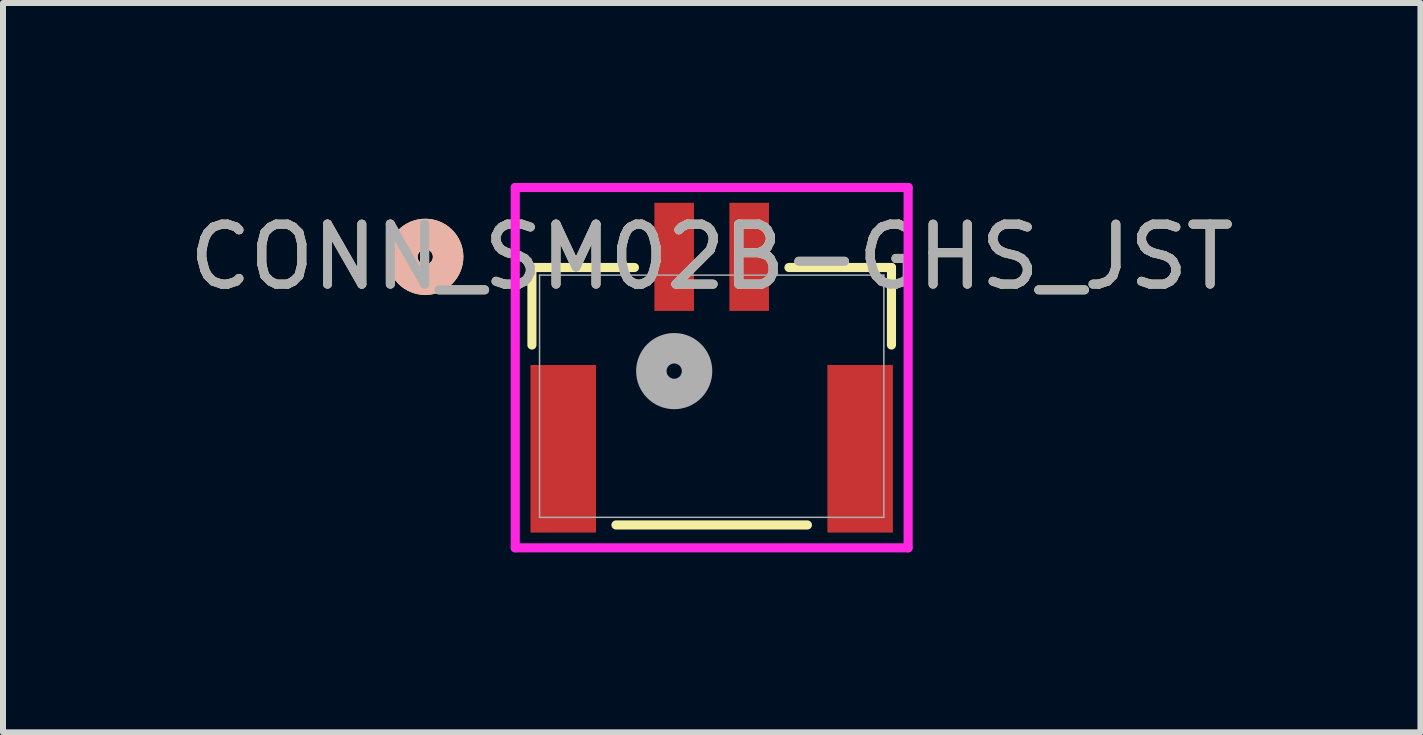
<source format=kicad_pcb>
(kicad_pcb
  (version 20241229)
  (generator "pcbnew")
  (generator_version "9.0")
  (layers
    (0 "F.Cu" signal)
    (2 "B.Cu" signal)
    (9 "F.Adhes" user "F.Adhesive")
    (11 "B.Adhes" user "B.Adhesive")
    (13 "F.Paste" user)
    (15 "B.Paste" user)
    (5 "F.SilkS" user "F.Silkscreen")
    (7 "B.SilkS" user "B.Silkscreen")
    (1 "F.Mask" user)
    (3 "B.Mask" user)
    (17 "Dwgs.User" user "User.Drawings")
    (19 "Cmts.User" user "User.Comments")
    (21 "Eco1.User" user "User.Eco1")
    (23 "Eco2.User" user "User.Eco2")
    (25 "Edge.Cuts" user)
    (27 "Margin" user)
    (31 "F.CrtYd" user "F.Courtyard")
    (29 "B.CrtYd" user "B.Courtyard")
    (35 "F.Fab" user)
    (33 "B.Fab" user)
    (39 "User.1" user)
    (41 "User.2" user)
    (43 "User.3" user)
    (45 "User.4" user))
  (footprint "CONN_SM02B-GHS_JST"
    (layer "F.Cu")
    (at 8.815 3.556)
    (property "Reference" "CONN_SM02B-GHS_JST" (at 0 -2.324 0) (unlocked yes) (layer "F.SilkS") (effects (font (size 1 1) (thickness 0.15))))
    (attr smd)
    (fp_line (start -2.997 -2.146) (end -2.997 -0.854) (stroke (width 0.152) (type solid)) (layer "F.SilkS"))
    (fp_line (start -1.596 2.146) (end 1.596 2.146) (stroke (width 0.152) (type solid)) (layer "F.SilkS"))
    (fp_line (start -1.288 -2.146) (end -2.997 -2.146) (stroke (width 0.152) (type solid)) (layer "F.SilkS"))
    (fp_line (start 2.997 -2.146) (end 1.288 -2.146) (stroke (width 0.152) (type solid)) (layer "F.SilkS"))
    (fp_line (start 2.997 -0.854) (end 2.997 -2.146) (stroke (width 0.152) (type solid)) (layer "F.SilkS"))
    (fp_circle (center -4.775 -2.324) (end -4.394 -2.324) (stroke (width 0.508) (type solid)) (fill no) (layer "F.SilkS"))
    (fp_circle (center -4.775 -2.324) (end -4.394 -2.324) (stroke (width 0.508) (type solid)) (fill no) (layer "B.SilkS"))
    (fp_line (start -3.275 -3.48) (end -3.275 2.527) (stroke (width 0.152) (type solid)) (layer "F.CrtYd"))
    (fp_line (start -3.275 2.527) (end 3.275 2.527) (stroke (width 0.152) (type solid)) (layer "F.CrtYd"))
    (fp_line (start 3.275 -3.48) (end -3.275 -3.48) (stroke (width 0.152) (type solid)) (layer "F.CrtYd"))
    (fp_line (start 3.275 2.527) (end 3.275 -3.48) (stroke (width 0.152) (type solid)) (layer "F.CrtYd"))
    (fp_line (start -2.87 -2.019) (end -2.87 2.019) (stroke (width 0.025) (type solid)) (layer "F.Fab"))
    (fp_line (start -2.87 2.019) (end 2.87 2.019) (stroke (width 0.025) (type solid)) (layer "F.Fab"))
    (fp_line (start 2.87 -2.019) (end -2.87 -2.019) (stroke (width 0.025) (type solid)) (layer "F.Fab"))
    (fp_line (start 2.87 2.019) (end 2.87 -2.019) (stroke (width 0.025) (type solid)) (layer "F.Fab"))
    (fp_circle (center -0.625 -0.419) (end -0.244 -0.419) (stroke (width 0.508) (type solid)) (fill no) (layer "F.Fab"))
    (fp_text user "${REFERENCE}" (at 0 -2.324 0) (unlocked yes) (layer "F.Fab") (effects (font (size 1 1) (thickness 0.15))))
    (pad "1" smd rect (at -0.625 -2.324) (size 0.66 1.803) (layers "F.Cu" "F.Mask" "F.Paste"))
    (pad "2" smd rect (at 0.625 -2.324) (size 0.66 1.803) (layers "F.Cu" "F.Mask" "F.Paste"))
    (pad "3" smd rect (at -2.475 0.876) (size 1.092 2.794) (layers "F.Cu" "F.Mask" "F.Paste"))
    (pad "4" smd rect (at 2.475 0.876) (size 1.092 2.794) (layers "F.Cu" "F.Mask" "F.Paste")))
  (gr_rect
    (start -3 -3)
    (end 20.631 9.159)
    (stroke (width 0.1) (type default))
    (fill no)
    (layer "Edge.Cuts")))
</source>
